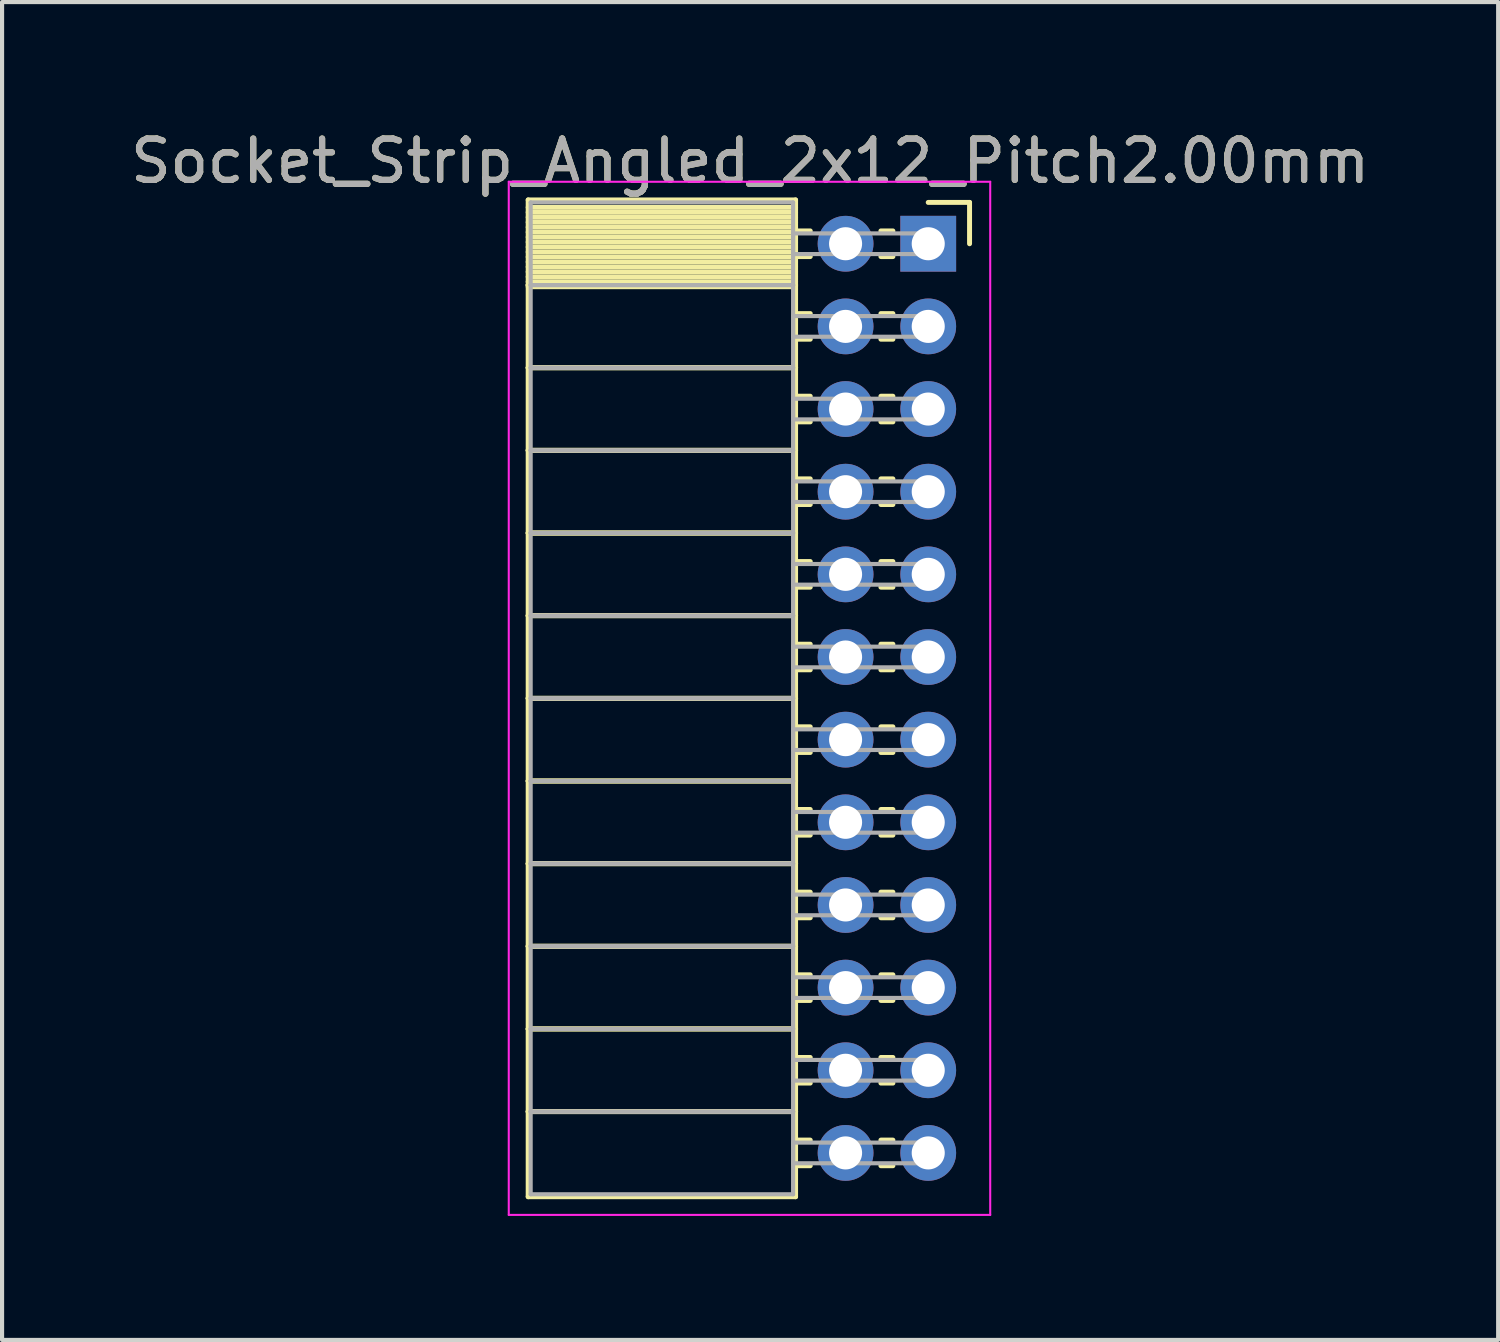
<source format=kicad_pcb>
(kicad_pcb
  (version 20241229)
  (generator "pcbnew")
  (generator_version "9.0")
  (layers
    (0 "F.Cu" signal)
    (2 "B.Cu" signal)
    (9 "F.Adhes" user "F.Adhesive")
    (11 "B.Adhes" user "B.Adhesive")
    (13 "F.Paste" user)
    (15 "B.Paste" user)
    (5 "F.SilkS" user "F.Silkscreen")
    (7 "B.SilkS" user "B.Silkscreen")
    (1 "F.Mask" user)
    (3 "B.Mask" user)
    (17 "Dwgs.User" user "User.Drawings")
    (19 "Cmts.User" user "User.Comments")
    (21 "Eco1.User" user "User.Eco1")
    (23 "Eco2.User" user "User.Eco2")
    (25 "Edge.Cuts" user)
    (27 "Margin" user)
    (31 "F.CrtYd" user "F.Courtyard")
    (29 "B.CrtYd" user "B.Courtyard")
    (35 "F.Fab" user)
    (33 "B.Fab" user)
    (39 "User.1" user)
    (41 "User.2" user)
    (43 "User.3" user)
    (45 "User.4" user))
  (footprint "Socket_Strip_Angled_2x12_Pitch2.00mm"
    (layer "F.Cu")
    (at 19.411 2.848)
    (property "Reference" "Socket_Strip_Angled_2x12_Pitch2.00mm" (at -4.31 -2 0) (layer "F.SilkS") (effects (font (size 1 1) (thickness 0.15))))
    (attr through_hole)
    (fp_line (start -9.68 -1.06) (end -3.21 -1.06) (stroke (width 0.12) (type solid)) (layer "F.SilkS"))
    (fp_line (start -9.68 1) (end -9.68 -1.06) (stroke (width 0.12) (type solid)) (layer "F.SilkS"))
    (fp_line (start -9.68 1) (end -3.21 1) (stroke (width 0.12) (type solid)) (layer "F.SilkS"))
    (fp_line (start -9.68 3) (end -9.68 1) (stroke (width 0.12) (type solid)) (layer "F.SilkS"))
    (fp_line (start -9.68 3) (end -3.21 3) (stroke (width 0.12) (type solid)) (layer "F.SilkS"))
    (fp_line (start -9.68 5) (end -9.68 3) (stroke (width 0.12) (type solid)) (layer "F.SilkS"))
    (fp_line (start -9.68 5) (end -3.21 5) (stroke (width 0.12) (type solid)) (layer "F.SilkS"))
    (fp_line (start -9.68 7) (end -9.68 5) (stroke (width 0.12) (type solid)) (layer "F.SilkS"))
    (fp_line (start -9.68 7) (end -3.21 7) (stroke (width 0.12) (type solid)) (layer "F.SilkS"))
    (fp_line (start -9.68 9) (end -9.68 7) (stroke (width 0.12) (type solid)) (layer "F.SilkS"))
    (fp_line (start -9.68 9) (end -3.21 9) (stroke (width 0.12) (type solid)) (layer "F.SilkS"))
    (fp_line (start -9.68 11) (end -9.68 9) (stroke (width 0.12) (type solid)) (layer "F.SilkS"))
    (fp_line (start -9.68 11) (end -3.21 11) (stroke (width 0.12) (type solid)) (layer "F.SilkS"))
    (fp_line (start -9.68 13) (end -9.68 11) (stroke (width 0.12) (type solid)) (layer "F.SilkS"))
    (fp_line (start -9.68 13) (end -3.21 13) (stroke (width 0.12) (type solid)) (layer "F.SilkS"))
    (fp_line (start -9.68 15) (end -9.68 13) (stroke (width 0.12) (type solid)) (layer "F.SilkS"))
    (fp_line (start -9.68 15) (end -3.21 15) (stroke (width 0.12) (type solid)) (layer "F.SilkS"))
    (fp_line (start -9.68 17) (end -9.68 15) (stroke (width 0.12) (type solid)) (layer "F.SilkS"))
    (fp_line (start -9.68 17) (end -3.21 17) (stroke (width 0.12) (type solid)) (layer "F.SilkS"))
    (fp_line (start -9.68 19) (end -9.68 17) (stroke (width 0.12) (type solid)) (layer "F.SilkS"))
    (fp_line (start -9.68 19) (end -3.21 19) (stroke (width 0.12) (type solid)) (layer "F.SilkS"))
    (fp_line (start -9.68 21) (end -9.68 19) (stroke (width 0.12) (type solid)) (layer "F.SilkS"))
    (fp_line (start -9.68 21) (end -3.21 21) (stroke (width 0.12) (type solid)) (layer "F.SilkS"))
    (fp_line (start -9.68 23.06) (end -9.68 21) (stroke (width 0.12) (type solid)) (layer "F.SilkS"))
    (fp_line (start -3.21 -1.06) (end -3.21 1) (stroke (width 0.12) (type solid)) (layer "F.SilkS"))
    (fp_line (start -3.21 -0.88) (end -9.68 -0.88) (stroke (width 0.12) (type solid)) (layer "F.SilkS"))
    (fp_line (start -3.21 -0.76) (end -9.68 -0.76) (stroke (width 0.12) (type solid)) (layer "F.SilkS"))
    (fp_line (start -3.21 -0.64) (end -9.68 -0.64) (stroke (width 0.12) (type solid)) (layer "F.SilkS"))
    (fp_line (start -3.21 -0.52) (end -9.68 -0.52) (stroke (width 0.12) (type solid)) (layer "F.SilkS"))
    (fp_line (start -3.21 -0.4) (end -9.68 -0.4) (stroke (width 0.12) (type solid)) (layer "F.SilkS"))
    (fp_line (start -3.21 -0.28) (end -9.68 -0.28) (stroke (width 0.12) (type solid)) (layer "F.SilkS"))
    (fp_line (start -3.21 -0.16) (end -9.68 -0.16) (stroke (width 0.12) (type solid)) (layer "F.SilkS"))
    (fp_line (start -3.21 -0.04) (end -9.68 -0.04) (stroke (width 0.12) (type solid)) (layer "F.SilkS"))
    (fp_line (start -3.21 0.08) (end -9.68 0.08) (stroke (width 0.12) (type solid)) (layer "F.SilkS"))
    (fp_line (start -3.21 0.2) (end -9.68 0.2) (stroke (width 0.12) (type solid)) (layer "F.SilkS"))
    (fp_line (start -3.21 0.32) (end -9.68 0.32) (stroke (width 0.12) (type solid)) (layer "F.SilkS"))
    (fp_line (start -3.21 0.44) (end -9.68 0.44) (stroke (width 0.12) (type solid)) (layer "F.SilkS"))
    (fp_line (start -3.21 0.56) (end -9.68 0.56) (stroke (width 0.12) (type solid)) (layer "F.SilkS"))
    (fp_line (start -3.21 0.68) (end -9.68 0.68) (stroke (width 0.12) (type solid)) (layer "F.SilkS"))
    (fp_line (start -3.21 0.8) (end -9.68 0.8) (stroke (width 0.12) (type solid)) (layer "F.SilkS"))
    (fp_line (start -3.21 0.92) (end -9.68 0.92) (stroke (width 0.12) (type solid)) (layer "F.SilkS"))
    (fp_line (start -3.21 1) (end -9.68 1) (stroke (width 0.12) (type solid)) (layer "F.SilkS"))
    (fp_line (start -3.21 1) (end -3.21 3) (stroke (width 0.12) (type solid)) (layer "F.SilkS"))
    (fp_line (start -3.21 1.04) (end -9.68 1.04) (stroke (width 0.12) (type solid)) (layer "F.SilkS"))
    (fp_line (start -3.21 3) (end -9.68 3) (stroke (width 0.12) (type solid)) (layer "F.SilkS"))
    (fp_line (start -3.21 3) (end -3.21 5) (stroke (width 0.12) (type solid)) (layer "F.SilkS"))
    (fp_line (start -3.21 5) (end -9.68 5) (stroke (width 0.12) (type solid)) (layer "F.SilkS"))
    (fp_line (start -3.21 5) (end -3.21 7) (stroke (width 0.12) (type solid)) (layer "F.SilkS"))
    (fp_line (start -3.21 7) (end -9.68 7) (stroke (width 0.12) (type solid)) (layer "F.SilkS"))
    (fp_line (start -3.21 7) (end -3.21 9) (stroke (width 0.12) (type solid)) (layer "F.SilkS"))
    (fp_line (start -3.21 9) (end -9.68 9) (stroke (width 0.12) (type solid)) (layer "F.SilkS"))
    (fp_line (start -3.21 9) (end -3.21 11) (stroke (width 0.12) (type solid)) (layer "F.SilkS"))
    (fp_line (start -3.21 11) (end -9.68 11) (stroke (width 0.12) (type solid)) (layer "F.SilkS"))
    (fp_line (start -3.21 11) (end -3.21 13) (stroke (width 0.12) (type solid)) (layer "F.SilkS"))
    (fp_line (start -3.21 13) (end -9.68 13) (stroke (width 0.12) (type solid)) (layer "F.SilkS"))
    (fp_line (start -3.21 13) (end -3.21 15) (stroke (width 0.12) (type solid)) (layer "F.SilkS"))
    (fp_line (start -3.21 15) (end -9.68 15) (stroke (width 0.12) (type solid)) (layer "F.SilkS"))
    (fp_line (start -3.21 15) (end -3.21 17) (stroke (width 0.12) (type solid)) (layer "F.SilkS"))
    (fp_line (start -3.21 17) (end -9.68 17) (stroke (width 0.12) (type solid)) (layer "F.SilkS"))
    (fp_line (start -3.21 17) (end -3.21 19) (stroke (width 0.12) (type solid)) (layer "F.SilkS"))
    (fp_line (start -3.21 19) (end -9.68 19) (stroke (width 0.12) (type solid)) (layer "F.SilkS"))
    (fp_line (start -3.21 19) (end -3.21 21) (stroke (width 0.12) (type solid)) (layer "F.SilkS"))
    (fp_line (start -3.21 21) (end -9.68 21) (stroke (width 0.12) (type solid)) (layer "F.SilkS"))
    (fp_line (start -3.21 21) (end -3.21 23.06) (stroke (width 0.12) (type solid)) (layer "F.SilkS"))
    (fp_line (start -3.21 23.06) (end -9.68 23.06) (stroke (width 0.12) (type solid)) (layer "F.SilkS"))
    (fp_line (start -2.855 -0.31) (end -3.21 -0.31) (stroke (width 0.12) (type solid)) (layer "F.SilkS"))
    (fp_line (start -2.855 0.31) (end -3.21 0.31) (stroke (width 0.12) (type solid)) (layer "F.SilkS"))
    (fp_line (start -2.855 1.69) (end -3.21 1.69) (stroke (width 0.12) (type solid)) (layer "F.SilkS"))
    (fp_line (start -2.855 2.31) (end -3.21 2.31) (stroke (width 0.12) (type solid)) (layer "F.SilkS"))
    (fp_line (start -2.855 3.69) (end -3.21 3.69) (stroke (width 0.12) (type solid)) (layer "F.SilkS"))
    (fp_line (start -2.855 4.31) (end -3.21 4.31) (stroke (width 0.12) (type solid)) (layer "F.SilkS"))
    (fp_line (start -2.855 5.69) (end -3.21 5.69) (stroke (width 0.12) (type solid)) (layer "F.SilkS"))
    (fp_line (start -2.855 6.31) (end -3.21 6.31) (stroke (width 0.12) (type solid)) (layer "F.SilkS"))
    (fp_line (start -2.855 7.69) (end -3.21 7.69) (stroke (width 0.12) (type solid)) (layer "F.SilkS"))
    (fp_line (start -2.855 8.31) (end -3.21 8.31) (stroke (width 0.12) (type solid)) (layer "F.SilkS"))
    (fp_line (start -2.855 9.69) (end -3.21 9.69) (stroke (width 0.12) (type solid)) (layer "F.SilkS"))
    (fp_line (start -2.855 10.31) (end -3.21 10.31) (stroke (width 0.12) (type solid)) (layer "F.SilkS"))
    (fp_line (start -2.855 11.69) (end -3.21 11.69) (stroke (width 0.12) (type solid)) (layer "F.SilkS"))
    (fp_line (start -2.855 12.31) (end -3.21 12.31) (stroke (width 0.12) (type solid)) (layer "F.SilkS"))
    (fp_line (start -2.855 13.69) (end -3.21 13.69) (stroke (width 0.12) (type solid)) (layer "F.SilkS"))
    (fp_line (start -2.855 14.31) (end -3.21 14.31) (stroke (width 0.12) (type solid)) (layer "F.SilkS"))
    (fp_line (start -2.855 15.69) (end -3.21 15.69) (stroke (width 0.12) (type solid)) (layer "F.SilkS"))
    (fp_line (start -2.855 16.31) (end -3.21 16.31) (stroke (width 0.12) (type solid)) (layer "F.SilkS"))
    (fp_line (start -2.855 17.69) (end -3.21 17.69) (stroke (width 0.12) (type solid)) (layer "F.SilkS"))
    (fp_line (start -2.855 18.31) (end -3.21 18.31) (stroke (width 0.12) (type solid)) (layer "F.SilkS"))
    (fp_line (start -2.855 19.69) (end -3.21 19.69) (stroke (width 0.12) (type solid)) (layer "F.SilkS"))
    (fp_line (start -2.855 20.31) (end -3.21 20.31) (stroke (width 0.12) (type solid)) (layer "F.SilkS"))
    (fp_line (start -2.855 21.69) (end -3.21 21.69) (stroke (width 0.12) (type solid)) (layer "F.SilkS"))
    (fp_line (start -2.855 22.31) (end -3.21 22.31) (stroke (width 0.12) (type solid)) (layer "F.SilkS"))
    (fp_line (start -0.855 -0.31) (end -1.145 -0.31) (stroke (width 0.12) (type solid)) (layer "F.SilkS"))
    (fp_line (start -0.855 0.31) (end -1.145 0.31) (stroke (width 0.12) (type solid)) (layer "F.SilkS"))
    (fp_line (start -0.855 1.69) (end -1.145 1.69) (stroke (width 0.12) (type solid)) (layer "F.SilkS"))
    (fp_line (start -0.855 2.31) (end -1.145 2.31) (stroke (width 0.12) (type solid)) (layer "F.SilkS"))
    (fp_line (start -0.855 3.69) (end -1.145 3.69) (stroke (width 0.12) (type solid)) (layer "F.SilkS"))
    (fp_line (start -0.855 4.31) (end -1.145 4.31) (stroke (width 0.12) (type solid)) (layer "F.SilkS"))
    (fp_line (start -0.855 5.69) (end -1.145 5.69) (stroke (width 0.12) (type solid)) (layer "F.SilkS"))
    (fp_line (start -0.855 6.31) (end -1.145 6.31) (stroke (width 0.12) (type solid)) (layer "F.SilkS"))
    (fp_line (start -0.855 7.69) (end -1.145 7.69) (stroke (width 0.12) (type solid)) (layer "F.SilkS"))
    (fp_line (start -0.855 8.31) (end -1.145 8.31) (stroke (width 0.12) (type solid)) (layer "F.SilkS"))
    (fp_line (start -0.855 9.69) (end -1.145 9.69) (stroke (width 0.12) (type solid)) (layer "F.SilkS"))
    (fp_line (start -0.855 10.31) (end -1.145 10.31) (stroke (width 0.12) (type solid)) (layer "F.SilkS"))
    (fp_line (start -0.855 11.69) (end -1.145 11.69) (stroke (width 0.12) (type solid)) (layer "F.SilkS"))
    (fp_line (start -0.855 12.31) (end -1.145 12.31) (stroke (width 0.12) (type solid)) (layer "F.SilkS"))
    (fp_line (start -0.855 13.69) (end -1.145 13.69) (stroke (width 0.12) (type solid)) (layer "F.SilkS"))
    (fp_line (start -0.855 14.31) (end -1.145 14.31) (stroke (width 0.12) (type solid)) (layer "F.SilkS"))
    (fp_line (start -0.855 15.69) (end -1.145 15.69) (stroke (width 0.12) (type solid)) (layer "F.SilkS"))
    (fp_line (start -0.855 16.31) (end -1.145 16.31) (stroke (width 0.12) (type solid)) (layer "F.SilkS"))
    (fp_line (start -0.855 17.69) (end -1.145 17.69) (stroke (width 0.12) (type solid)) (layer "F.SilkS"))
    (fp_line (start -0.855 18.31) (end -1.145 18.31) (stroke (width 0.12) (type solid)) (layer "F.SilkS"))
    (fp_line (start -0.855 19.69) (end -1.145 19.69) (stroke (width 0.12) (type solid)) (layer "F.SilkS"))
    (fp_line (start -0.855 20.31) (end -1.145 20.31) (stroke (width 0.12) (type solid)) (layer "F.SilkS"))
    (fp_line (start -0.855 21.69) (end -1.145 21.69) (stroke (width 0.12) (type solid)) (layer "F.SilkS"))
    (fp_line (start -0.855 22.31) (end -1.145 22.31) (stroke (width 0.12) (type solid)) (layer "F.SilkS"))
    (fp_line (start 0 -1) (end 1 -1) (stroke (width 0.12) (type solid)) (layer "F.SilkS"))
    (fp_line (start 1 -1) (end 1 0) (stroke (width 0.12) (type solid)) (layer "F.SilkS"))
    (fp_line (start -10.15 -1.5) (end 1.5 -1.5) (stroke (width 0.05) (type solid)) (layer "F.CrtYd"))
    (fp_line (start -10.15 23.5) (end -10.15 -1.5) (stroke (width 0.05) (type solid)) (layer "F.CrtYd"))
    (fp_line (start 1.5 -1.5) (end 1.5 23.5) (stroke (width 0.05) (type solid)) (layer "F.CrtYd"))
    (fp_line (start 1.5 23.5) (end -10.15 23.5) (stroke (width 0.05) (type solid)) (layer "F.CrtYd"))
    (fp_line (start -9.62 -1) (end -3.27 -1) (stroke (width 0.1) (type solid)) (layer "F.Fab"))
    (fp_line (start -9.62 1) (end -9.62 -1) (stroke (width 0.1) (type solid)) (layer "F.Fab"))
    (fp_line (start -9.62 1) (end -3.27 1) (stroke (width 0.1) (type solid)) (layer "F.Fab"))
    (fp_line (start -9.62 3) (end -9.62 1) (stroke (width 0.1) (type solid)) (layer "F.Fab"))
    (fp_line (start -9.62 3) (end -3.27 3) (stroke (width 0.1) (type solid)) (layer "F.Fab"))
    (fp_line (start -9.62 5) (end -9.62 3) (stroke (width 0.1) (type solid)) (layer "F.Fab"))
    (fp_line (start -9.62 5) (end -3.27 5) (stroke (width 0.1) (type solid)) (layer "F.Fab"))
    (fp_line (start -9.62 7) (end -9.62 5) (stroke (width 0.1) (type solid)) (layer "F.Fab"))
    (fp_line (start -9.62 7) (end -3.27 7) (stroke (width 0.1) (type solid)) (layer "F.Fab"))
    (fp_line (start -9.62 9) (end -9.62 7) (stroke (width 0.1) (type solid)) (layer "F.Fab"))
    (fp_line (start -9.62 9) (end -3.27 9) (stroke (width 0.1) (type solid)) (layer "F.Fab"))
    (fp_line (start -9.62 11) (end -9.62 9) (stroke (width 0.1) (type solid)) (layer "F.Fab"))
    (fp_line (start -9.62 11) (end -3.27 11) (stroke (width 0.1) (type solid)) (layer "F.Fab"))
    (fp_line (start -9.62 13) (end -9.62 11) (stroke (width 0.1) (type solid)) (layer "F.Fab"))
    (fp_line (start -9.62 13) (end -3.27 13) (stroke (width 0.1) (type solid)) (layer "F.Fab"))
    (fp_line (start -9.62 15) (end -9.62 13) (stroke (width 0.1) (type solid)) (layer "F.Fab"))
    (fp_line (start -9.62 15) (end -3.27 15) (stroke (width 0.1) (type solid)) (layer "F.Fab"))
    (fp_line (start -9.62 17) (end -9.62 15) (stroke (width 0.1) (type solid)) (layer "F.Fab"))
    (fp_line (start -9.62 17) (end -3.27 17) (stroke (width 0.1) (type solid)) (layer "F.Fab"))
    (fp_line (start -9.62 19) (end -9.62 17) (stroke (width 0.1) (type solid)) (layer "F.Fab"))
    (fp_line (start -9.62 19) (end -3.27 19) (stroke (width 0.1) (type solid)) (layer "F.Fab"))
    (fp_line (start -9.62 21) (end -9.62 19) (stroke (width 0.1) (type solid)) (layer "F.Fab"))
    (fp_line (start -9.62 21) (end -3.27 21) (stroke (width 0.1) (type solid)) (layer "F.Fab"))
    (fp_line (start -9.62 23) (end -9.62 21) (stroke (width 0.1) (type solid)) (layer "F.Fab"))
    (fp_line (start -3.27 -1) (end -3.27 1) (stroke (width 0.1) (type solid)) (layer "F.Fab"))
    (fp_line (start -3.27 -0.25) (end 0 -0.25) (stroke (width 0.1) (type solid)) (layer "F.Fab"))
    (fp_line (start -3.27 0.25) (end -3.27 -0.25) (stroke (width 0.1) (type solid)) (layer "F.Fab"))
    (fp_line (start -3.27 1) (end -9.62 1) (stroke (width 0.1) (type solid)) (layer "F.Fab"))
    (fp_line (start -3.27 1) (end -3.27 3) (stroke (width 0.1) (type solid)) (layer "F.Fab"))
    (fp_line (start -3.27 1.75) (end 0 1.75) (stroke (width 0.1) (type solid)) (layer "F.Fab"))
    (fp_line (start -3.27 2.25) (end -3.27 1.75) (stroke (width 0.1) (type solid)) (layer "F.Fab"))
    (fp_line (start -3.27 3) (end -9.62 3) (stroke (width 0.1) (type solid)) (layer "F.Fab"))
    (fp_line (start -3.27 3) (end -3.27 5) (stroke (width 0.1) (type solid)) (layer "F.Fab"))
    (fp_line (start -3.27 3.75) (end 0 3.75) (stroke (width 0.1) (type solid)) (layer "F.Fab"))
    (fp_line (start -3.27 4.25) (end -3.27 3.75) (stroke (width 0.1) (type solid)) (layer "F.Fab"))
    (fp_line (start -3.27 5) (end -9.62 5) (stroke (width 0.1) (type solid)) (layer "F.Fab"))
    (fp_line (start -3.27 5) (end -3.27 7) (stroke (width 0.1) (type solid)) (layer "F.Fab"))
    (fp_line (start -3.27 5.75) (end 0 5.75) (stroke (width 0.1) (type solid)) (layer "F.Fab"))
    (fp_line (start -3.27 6.25) (end -3.27 5.75) (stroke (width 0.1) (type solid)) (layer "F.Fab"))
    (fp_line (start -3.27 7) (end -9.62 7) (stroke (width 0.1) (type solid)) (layer "F.Fab"))
    (fp_line (start -3.27 7) (end -3.27 9) (stroke (width 0.1) (type solid)) (layer "F.Fab"))
    (fp_line (start -3.27 7.75) (end 0 7.75) (stroke (width 0.1) (type solid)) (layer "F.Fab"))
    (fp_line (start -3.27 8.25) (end -3.27 7.75) (stroke (width 0.1) (type solid)) (layer "F.Fab"))
    (fp_line (start -3.27 9) (end -9.62 9) (stroke (width 0.1) (type solid)) (layer "F.Fab"))
    (fp_line (start -3.27 9) (end -3.27 11) (stroke (width 0.1) (type solid)) (layer "F.Fab"))
    (fp_line (start -3.27 9.75) (end 0 9.75) (stroke (width 0.1) (type solid)) (layer "F.Fab"))
    (fp_line (start -3.27 10.25) (end -3.27 9.75) (stroke (width 0.1) (type solid)) (layer "F.Fab"))
    (fp_line (start -3.27 11) (end -9.62 11) (stroke (width 0.1) (type solid)) (layer "F.Fab"))
    (fp_line (start -3.27 11) (end -3.27 13) (stroke (width 0.1) (type solid)) (layer "F.Fab"))
    (fp_line (start -3.27 11.75) (end 0 11.75) (stroke (width 0.1) (type solid)) (layer "F.Fab"))
    (fp_line (start -3.27 12.25) (end -3.27 11.75) (stroke (width 0.1) (type solid)) (layer "F.Fab"))
    (fp_line (start -3.27 13) (end -9.62 13) (stroke (width 0.1) (type solid)) (layer "F.Fab"))
    (fp_line (start -3.27 13) (end -3.27 15) (stroke (width 0.1) (type solid)) (layer "F.Fab"))
    (fp_line (start -3.27 13.75) (end 0 13.75) (stroke (width 0.1) (type solid)) (layer "F.Fab"))
    (fp_line (start -3.27 14.25) (end -3.27 13.75) (stroke (width 0.1) (type solid)) (layer "F.Fab"))
    (fp_line (start -3.27 15) (end -9.62 15) (stroke (width 0.1) (type solid)) (layer "F.Fab"))
    (fp_line (start -3.27 15) (end -3.27 17) (stroke (width 0.1) (type solid)) (layer "F.Fab"))
    (fp_line (start -3.27 15.75) (end 0 15.75) (stroke (width 0.1) (type solid)) (layer "F.Fab"))
    (fp_line (start -3.27 16.25) (end -3.27 15.75) (stroke (width 0.1) (type solid)) (layer "F.Fab"))
    (fp_line (start -3.27 17) (end -9.62 17) (stroke (width 0.1) (type solid)) (layer "F.Fab"))
    (fp_line (start -3.27 17) (end -3.27 19) (stroke (width 0.1) (type solid)) (layer "F.Fab"))
    (fp_line (start -3.27 17.75) (end 0 17.75) (stroke (width 0.1) (type solid)) (layer "F.Fab"))
    (fp_line (start -3.27 18.25) (end -3.27 17.75) (stroke (width 0.1) (type solid)) (layer "F.Fab"))
    (fp_line (start -3.27 19) (end -9.62 19) (stroke (width 0.1) (type solid)) (layer "F.Fab"))
    (fp_line (start -3.27 19) (end -3.27 21) (stroke (width 0.1) (type solid)) (layer "F.Fab"))
    (fp_line (start -3.27 19.75) (end 0 19.75) (stroke (width 0.1) (type solid)) (layer "F.Fab"))
    (fp_line (start -3.27 20.25) (end -3.27 19.75) (stroke (width 0.1) (type solid)) (layer "F.Fab"))
    (fp_line (start -3.27 21) (end -9.62 21) (stroke (width 0.1) (type solid)) (layer "F.Fab"))
    (fp_line (start -3.27 21) (end -3.27 23) (stroke (width 0.1) (type solid)) (layer "F.Fab"))
    (fp_line (start -3.27 21.75) (end 0 21.75) (stroke (width 0.1) (type solid)) (layer "F.Fab"))
    (fp_line (start -3.27 22.25) (end -3.27 21.75) (stroke (width 0.1) (type solid)) (layer "F.Fab"))
    (fp_line (start -3.27 23) (end -9.62 23) (stroke (width 0.1) (type solid)) (layer "F.Fab"))
    (fp_line (start 0 -0.25) (end 0 0.25) (stroke (width 0.1) (type solid)) (layer "F.Fab"))
    (fp_line (start 0 0.25) (end -3.27 0.25) (stroke (width 0.1) (type solid)) (layer "F.Fab"))
    (fp_line (start 0 1.75) (end 0 2.25) (stroke (width 0.1) (type solid)) (layer "F.Fab"))
    (fp_line (start 0 2.25) (end -3.27 2.25) (stroke (width 0.1) (type solid)) (layer "F.Fab"))
    (fp_line (start 0 3.75) (end 0 4.25) (stroke (width 0.1) (type solid)) (layer "F.Fab"))
    (fp_line (start 0 4.25) (end -3.27 4.25) (stroke (width 0.1) (type solid)) (layer "F.Fab"))
    (fp_line (start 0 5.75) (end 0 6.25) (stroke (width 0.1) (type solid)) (layer "F.Fab"))
    (fp_line (start 0 6.25) (end -3.27 6.25) (stroke (width 0.1) (type solid)) (layer "F.Fab"))
    (fp_line (start 0 7.75) (end 0 8.25) (stroke (width 0.1) (type solid)) (layer "F.Fab"))
    (fp_line (start 0 8.25) (end -3.27 8.25) (stroke (width 0.1) (type solid)) (layer "F.Fab"))
    (fp_line (start 0 9.75) (end 0 10.25) (stroke (width 0.1) (type solid)) (layer "F.Fab"))
    (fp_line (start 0 10.25) (end -3.27 10.25) (stroke (width 0.1) (type solid)) (layer "F.Fab"))
    (fp_line (start 0 11.75) (end 0 12.25) (stroke (width 0.1) (type solid)) (layer "F.Fab"))
    (fp_line (start 0 12.25) (end -3.27 12.25) (stroke (width 0.1) (type solid)) (layer "F.Fab"))
    (fp_line (start 0 13.75) (end 0 14.25) (stroke (width 0.1) (type solid)) (layer "F.Fab"))
    (fp_line (start 0 14.25) (end -3.27 14.25) (stroke (width 0.1) (type solid)) (layer "F.Fab"))
    (fp_line (start 0 15.75) (end 0 16.25) (stroke (width 0.1) (type solid)) (layer "F.Fab"))
    (fp_line (start 0 16.25) (end -3.27 16.25) (stroke (width 0.1) (type solid)) (layer "F.Fab"))
    (fp_line (start 0 17.75) (end 0 18.25) (stroke (width 0.1) (type solid)) (layer "F.Fab"))
    (fp_line (start 0 18.25) (end -3.27 18.25) (stroke (width 0.1) (type solid)) (layer "F.Fab"))
    (fp_line (start 0 19.75) (end 0 20.25) (stroke (width 0.1) (type solid)) (layer "F.Fab"))
    (fp_line (start 0 20.25) (end -3.27 20.25) (stroke (width 0.1) (type solid)) (layer "F.Fab"))
    (fp_line (start 0 21.75) (end 0 22.25) (stroke (width 0.1) (type solid)) (layer "F.Fab"))
    (fp_line (start 0 22.25) (end -3.27 22.25) (stroke (width 0.1) (type solid)) (layer "F.Fab"))
    (fp_text user "${REFERENCE}" (at -4.31 -2 0) (layer "F.Fab") (effects (font (size 1 1) (thickness 0.15))))
    (pad "1" thru_hole rect (at 0 0) (size 1.35 1.35) (drill 0.8) (layers "*.Cu" "*.Mask"))
    (pad "2" thru_hole oval (at -2 0) (size 1.35 1.35) (drill 0.8) (layers "*.Cu" "*.Mask"))
    (pad "3" thru_hole oval (at 0 2) (size 1.35 1.35) (drill 0.8) (layers "*.Cu" "*.Mask"))
    (pad "4" thru_hole oval (at -2 2) (size 1.35 1.35) (drill 0.8) (layers "*.Cu" "*.Mask"))
    (pad "5" thru_hole oval (at 0 4) (size 1.35 1.35) (drill 0.8) (layers "*.Cu" "*.Mask"))
    (pad "6" thru_hole oval (at -2 4) (size 1.35 1.35) (drill 0.8) (layers "*.Cu" "*.Mask"))
    (pad "7" thru_hole oval (at 0 6) (size 1.35 1.35) (drill 0.8) (layers "*.Cu" "*.Mask"))
    (pad "8" thru_hole oval (at -2 6) (size 1.35 1.35) (drill 0.8) (layers "*.Cu" "*.Mask"))
    (pad "9" thru_hole oval (at 0 8) (size 1.35 1.35) (drill 0.8) (layers "*.Cu" "*.Mask"))
    (pad "10" thru_hole oval (at -2 8) (size 1.35 1.35) (drill 0.8) (layers "*.Cu" "*.Mask"))
    (pad "11" thru_hole oval (at 0 10) (size 1.35 1.35) (drill 0.8) (layers "*.Cu" "*.Mask"))
    (pad "12" thru_hole oval (at -2 10) (size 1.35 1.35) (drill 0.8) (layers "*.Cu" "*.Mask"))
    (pad "13" thru_hole oval (at 0 12) (size 1.35 1.35) (drill 0.8) (layers "*.Cu" "*.Mask"))
    (pad "14" thru_hole oval (at -2 12) (size 1.35 1.35) (drill 0.8) (layers "*.Cu" "*.Mask"))
    (pad "15" thru_hole oval (at 0 14) (size 1.35 1.35) (drill 0.8) (layers "*.Cu" "*.Mask"))
    (pad "16" thru_hole oval (at -2 14) (size 1.35 1.35) (drill 0.8) (layers "*.Cu" "*.Mask"))
    (pad "17" thru_hole oval (at 0 16) (size 1.35 1.35) (drill 0.8) (layers "*.Cu" "*.Mask"))
    (pad "18" thru_hole oval (at -2 16) (size 1.35 1.35) (drill 0.8) (layers "*.Cu" "*.Mask"))
    (pad "19" thru_hole oval (at 0 18) (size 1.35 1.35) (drill 0.8) (layers "*.Cu" "*.Mask"))
    (pad "20" thru_hole oval (at -2 18) (size 1.35 1.35) (drill 0.8) (layers "*.Cu" "*.Mask"))
    (pad "21" thru_hole oval (at 0 20) (size 1.35 1.35) (drill 0.8) (layers "*.Cu" "*.Mask"))
    (pad "22" thru_hole oval (at -2 20) (size 1.35 1.35) (drill 0.8) (layers "*.Cu" "*.Mask"))
    (pad "23" thru_hole oval (at 0 22) (size 1.35 1.35) (drill 0.8) (layers "*.Cu" "*.Mask"))
    (pad "24" thru_hole oval (at -2 22) (size 1.35 1.35) (drill 0.8) (layers "*.Cu" "*.Mask")))
  (gr_rect
    (start -3 -3)
    (end 33.202 29.373)
    (stroke (width 0.1) (type default))
    (fill no)
    (layer "Edge.Cuts")))
</source>
